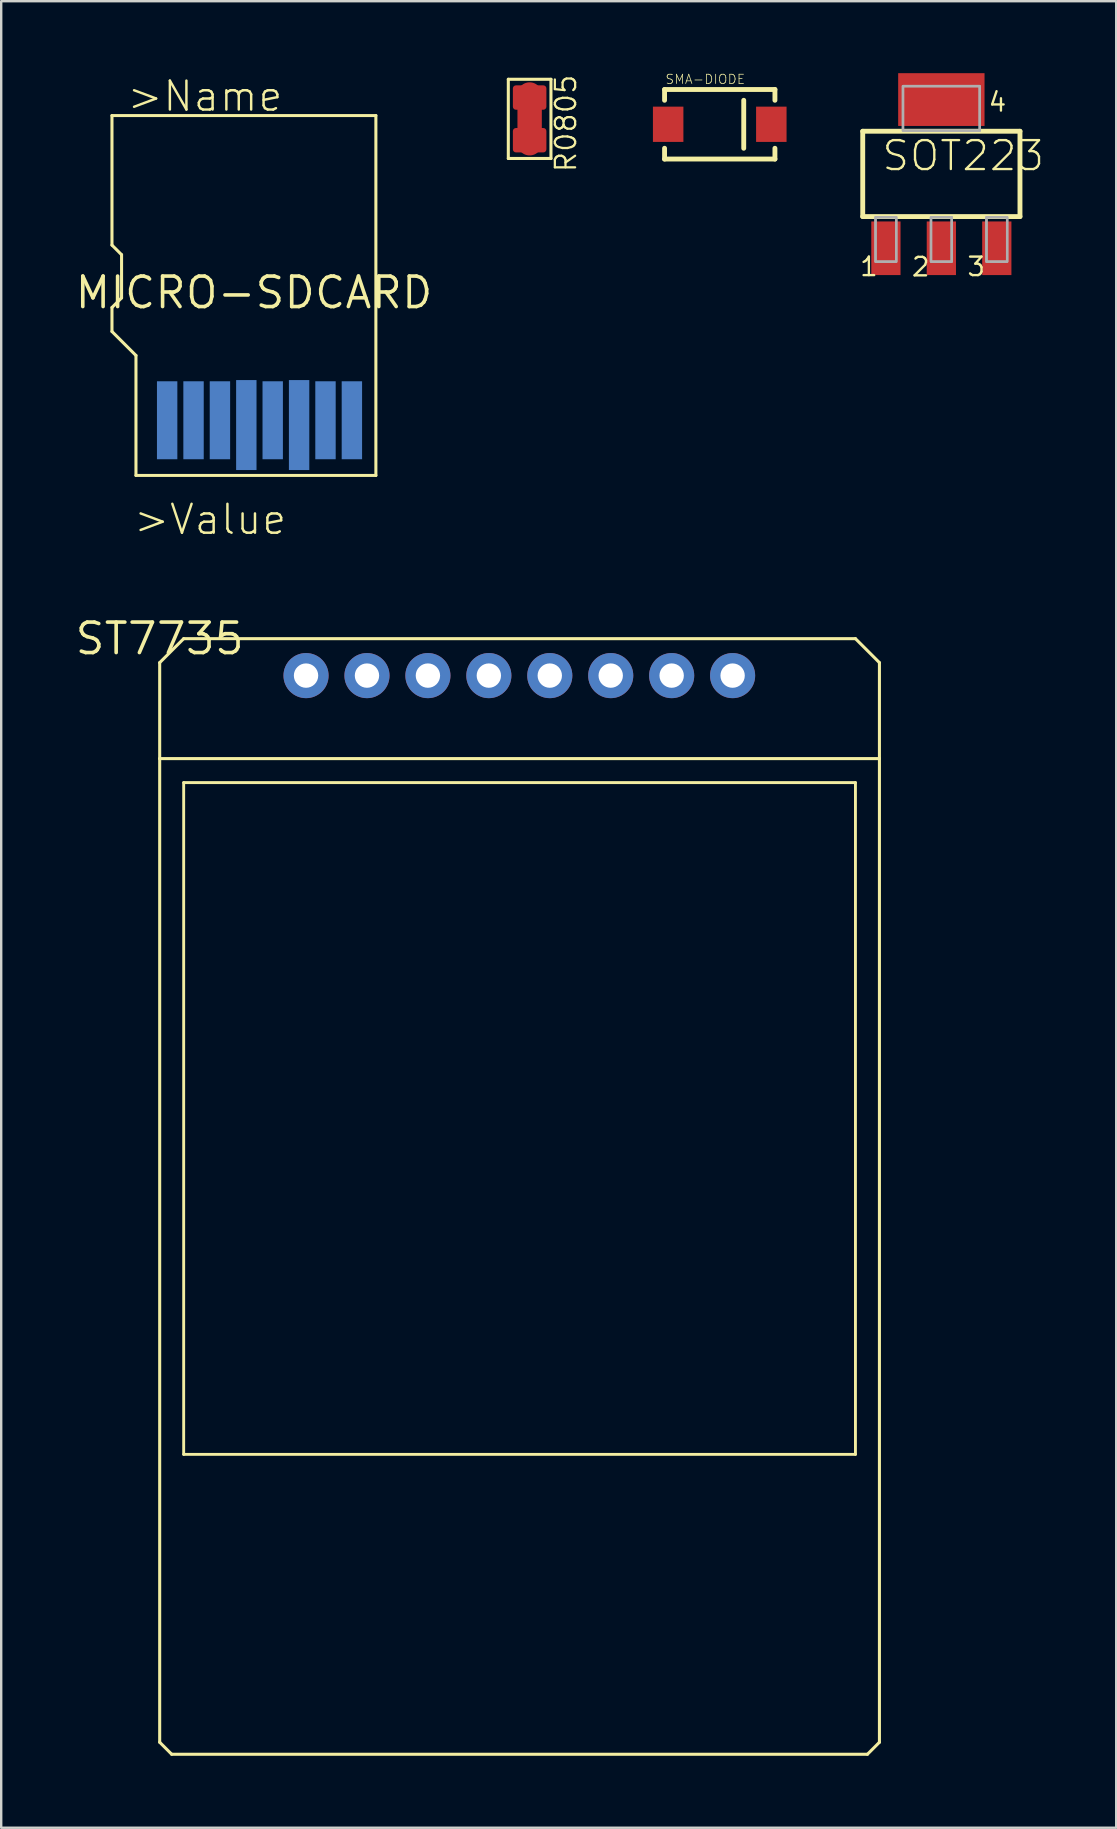
<source format=kicad_pcb>
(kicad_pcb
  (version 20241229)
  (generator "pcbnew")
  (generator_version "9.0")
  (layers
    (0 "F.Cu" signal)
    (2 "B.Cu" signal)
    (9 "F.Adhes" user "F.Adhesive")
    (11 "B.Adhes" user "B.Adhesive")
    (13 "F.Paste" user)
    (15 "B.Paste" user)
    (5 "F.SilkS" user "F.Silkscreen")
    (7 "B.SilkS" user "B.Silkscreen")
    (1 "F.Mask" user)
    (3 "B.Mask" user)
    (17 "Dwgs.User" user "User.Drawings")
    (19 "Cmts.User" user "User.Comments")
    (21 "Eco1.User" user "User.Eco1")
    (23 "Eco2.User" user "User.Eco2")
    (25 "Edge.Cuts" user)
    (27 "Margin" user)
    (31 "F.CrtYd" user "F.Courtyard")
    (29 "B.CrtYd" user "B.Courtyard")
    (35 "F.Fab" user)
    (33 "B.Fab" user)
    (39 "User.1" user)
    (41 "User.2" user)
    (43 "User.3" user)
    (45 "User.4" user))
  (footprint "SMA-DIODE"
    (layer "F.Cu")
    (at 26.95 2.13)
    (property "Reference" "SMA-DIODE" (at -2.286 -1.651 0) (layer "F.SilkS") (effects (font (size 0.386 0.386) (thickness 0.031)) (justify left bottom)))
    (attr through_hole)
    (fp_line (start -2.3 -1.45) (end 2.3 -1.45) (stroke (width 0.203) (type solid)) (layer "F.SilkS"))
    (fp_line (start -2.3 -1) (end -2.3 -1.45) (stroke (width 0.203) (type solid)) (layer "F.SilkS"))
    (fp_line (start -2.3 1.45) (end -2.3 1) (stroke (width 0.203) (type solid)) (layer "F.SilkS"))
    (fp_line (start 1 -1) (end 1 1) (stroke (width 0.203) (type solid)) (layer "F.SilkS"))
    (fp_line (start 2.3 -1.45) (end 2.3 -1) (stroke (width 0.203) (type solid)) (layer "F.SilkS"))
    (fp_line (start 2.3 1) (end 2.3 1.45) (stroke (width 0.203) (type solid)) (layer "F.SilkS"))
    (fp_line (start 2.3 1.45) (end -2.3 1.45) (stroke (width 0.203) (type solid)) (layer "F.SilkS"))
    (pad "A" smd rect (at -2.15 0 180) (size 1.27 1.47) (layers "F.Cu" "F.Mask" "F.Paste"))
    (pad "C" smd rect (at 2.15 0) (size 1.27 1.47) (layers "F.Cu" "F.Mask" "F.Paste")))
  (footprint "ST7735"
    (layer "F.Cu")
    (at 3.606 23.57)
    (property "Reference" "ST7735" (at 0 0 0) (layer "F.SilkS") (effects (font (size 1.27 1.27) (thickness 0.15))))
    (attr through_hole)
    (fp_line (start 0 1) (end 1 0) (stroke (width 0.127) (type solid)) (layer "F.SilkS"))
    (fp_line (start 0 5) (end 0 1) (stroke (width 0.127) (type solid)) (layer "F.SilkS"))
    (fp_line (start 0 5) (end 0 46) (stroke (width 0.127) (type solid)) (layer "F.SilkS"))
    (fp_line (start 0 5) (end 30 5) (stroke (width 0.127) (type solid)) (layer "F.SilkS"))
    (fp_line (start 0 46) (end 0.5 46.5) (stroke (width 0.127) (type solid)) (layer "F.SilkS"))
    (fp_line (start 1 0) (end 29 0) (stroke (width 0.127) (type solid)) (layer "F.SilkS"))
    (fp_line (start 1 6) (end 1 34) (stroke (width 0.12) (type solid)) (layer "F.SilkS"))
    (fp_line (start 1 6) (end 29 6) (stroke (width 0.12) (type solid)) (layer "F.SilkS"))
    (fp_line (start 1 34) (end 29 34) (stroke (width 0.12) (type solid)) (layer "F.SilkS"))
    (fp_line (start 29 0) (end 30 1) (stroke (width 0.127) (type solid)) (layer "F.SilkS"))
    (fp_line (start 29 6) (end 29 34) (stroke (width 0.12) (type solid)) (layer "F.SilkS"))
    (fp_line (start 29.5 46.5) (end 0.5 46.5) (stroke (width 0.127) (type solid)) (layer "F.SilkS"))
    (fp_line (start 30 1) (end 30 5) (stroke (width 0.127) (type solid)) (layer "F.SilkS"))
    (fp_line (start 30 5) (end 30 46) (stroke (width 0.127) (type solid)) (layer "F.SilkS"))
    (fp_line (start 30 46) (end 29.5 46.5) (stroke (width 0.127) (type solid)) (layer "F.SilkS"))
    (fp_poly (pts (xy 5.846 1.794) (xy 6.354 1.794) (xy 6.354 1.286) (xy 5.846 1.286)) (stroke (width 0.1) (type solid)) (fill no) (layer "F.Fab"))
    (fp_poly (pts (xy 8.386 1.794) (xy 8.894 1.794) (xy 8.894 1.286) (xy 8.386 1.286)) (stroke (width 0.1) (type solid)) (fill no) (layer "F.Fab"))
    (fp_poly (pts (xy 10.926 1.794) (xy 11.434 1.794) (xy 11.434 1.286) (xy 10.926 1.286)) (stroke (width 0.1) (type solid)) (fill no) (layer "F.Fab"))
    (fp_poly (pts (xy 13.466 1.794) (xy 13.974 1.794) (xy 13.974 1.286) (xy 13.466 1.286)) (stroke (width 0.1) (type solid)) (fill no) (layer "F.Fab"))
    (fp_poly (pts (xy 16.006 1.794) (xy 16.514 1.794) (xy 16.514 1.286) (xy 16.006 1.286)) (stroke (width 0.1) (type solid)) (fill no) (layer "F.Fab"))
    (fp_poly (pts (xy 18.546 1.794) (xy 19.054 1.794) (xy 19.054 1.286) (xy 18.546 1.286)) (stroke (width 0.1) (type solid)) (fill no) (layer "F.Fab"))
    (fp_poly (pts (xy 21.086 1.794) (xy 21.594 1.794) (xy 21.594 1.286) (xy 21.086 1.286)) (stroke (width 0.1) (type solid)) (fill no) (layer "F.Fab"))
    (fp_poly (pts (xy 23.626 1.794) (xy 24.134 1.794) (xy 24.134 1.286) (xy 23.626 1.286)) (stroke (width 0.1) (type solid)) (fill no) (layer "F.Fab"))
    (pad "1" thru_hole circle (at 6.1 1.54 90) (size 1.88 1.88) (drill 1.016) (layers "*.Cu" "*.Mask"))
    (pad "2" thru_hole circle (at 8.64 1.54 90) (size 1.88 1.88) (drill 1.016) (layers "*.Cu" "*.Mask"))
    (pad "3" thru_hole circle (at 11.18 1.54 90) (size 1.88 1.88) (drill 1.016) (layers "*.Cu" "*.Mask"))
    (pad "4" thru_hole circle (at 13.72 1.54 90) (size 1.88 1.88) (drill 1.016) (layers "*.Cu" "*.Mask"))
    (pad "5" thru_hole circle (at 16.26 1.54 90) (size 1.88 1.88) (drill 1.016) (layers "*.Cu" "*.Mask"))
    (pad "6" thru_hole circle (at 18.8 1.54 90) (size 1.88 1.88) (drill 1.016) (layers "*.Cu" "*.Mask"))
    (pad "7" thru_hole circle (at 21.34 1.54 90) (size 1.88 1.88) (drill 1.016) (layers "*.Cu" "*.Mask"))
    (pad "8" thru_hole circle (at 23.88 1.54 90) (size 1.88 1.88) (drill 1.016) (layers "*.Cu" "*.Mask")))
  (footprint "R0805"
    (layer "F.Cu")
    (at 19.026 1.905)
    (property "Reference" "R0805" (at 1.016 -1.905 90) (layer "F.SilkS") (effects (font (size 0.845 0.845) (thickness 0.093)) (justify right top)))
    (attr through_hole)
    (fp_line (start 0 -1.016) (end 0 1.016) (stroke (width 1.016) (type solid)) (layer "F.Cu"))
    (fp_line (start -0.889 -1.651) (end 0.889 -1.651) (stroke (width 0.127) (type solid)) (layer "F.SilkS"))
    (fp_line (start -0.889 1.651) (end -0.889 -1.651) (stroke (width 0.127) (type solid)) (layer "F.SilkS"))
    (fp_line (start 0.889 -1.651) (end 0.889 1.651) (stroke (width 0.127) (type solid)) (layer "F.SilkS"))
    (fp_line (start 0.889 1.651) (end -0.889 1.651) (stroke (width 0.127) (type solid)) (layer "F.SilkS"))
    (pad "1" smd roundrect (at 0 -0.889 270) (size 1.016 1.397) (layers "F.Cu" "F.Mask" "F.Paste") (roundrect_rratio 0.125))
    (pad "2" smd roundrect (at 0 0.889 270) (size 1.016 1.397) (layers "F.Cu" "F.Mask" "F.Paste") (roundrect_rratio 0.125)))
  (footprint "SOT223"
    (layer "F.Cu")
    (at 36.187 4.199)
    (property "Reference" "SOT223" (at -2.54 -0.051 0) (layer "F.SilkS") (effects (font (size 1.206 1.206) (thickness 0.097)) (justify left bottom)))
    (attr through_hole)
    (fp_line (start -3.277 -1.778) (end 3.277 -1.778) (stroke (width 0.203) (type solid)) (layer "F.SilkS"))
    (fp_line (start -3.277 1.778) (end -3.277 -1.778) (stroke (width 0.203) (type solid)) (layer "F.SilkS"))
    (fp_line (start 3.277 -1.778) (end 3.277 1.778) (stroke (width 0.203) (type solid)) (layer "F.SilkS"))
    (fp_line (start 3.277 1.778) (end -3.277 1.778) (stroke (width 0.203) (type solid)) (layer "F.SilkS"))
    (fp_poly (pts (xy -2.743 3.658) (xy -1.88 3.658) (xy -1.88 1.803) (xy -2.743 1.803)) (stroke (width 0.1) (type solid)) (fill no) (layer "F.Fab"))
    (fp_poly (pts (xy -2.743 3.658) (xy -1.88 3.658) (xy -1.88 1.803) (xy -2.743 1.803)) (stroke (width 0.1) (type solid)) (fill no) (layer "F.Fab"))
    (fp_poly (pts (xy -1.6 -1.803) (xy 1.6 -1.803) (xy 1.6 -3.658) (xy -1.6 -3.658)) (stroke (width 0.1) (type solid)) (fill no) (layer "F.Fab"))
    (fp_poly (pts (xy -1.6 -1.803) (xy 1.6 -1.803) (xy 1.6 -3.658) (xy -1.6 -3.658)) (stroke (width 0.1) (type solid)) (fill no) (layer "F.Fab"))
    (fp_poly (pts (xy -0.432 3.658) (xy 0.432 3.658) (xy 0.432 1.803) (xy -0.432 1.803)) (stroke (width 0.1) (type solid)) (fill no) (layer "F.Fab"))
    (fp_poly (pts (xy -0.432 3.658) (xy 0.432 3.658) (xy 0.432 1.803) (xy -0.432 1.803)) (stroke (width 0.1) (type solid)) (fill no) (layer "F.Fab"))
    (fp_poly (pts (xy 1.88 3.658) (xy 2.743 3.658) (xy 2.743 1.803) (xy 1.88 1.803)) (stroke (width 0.1) (type solid)) (fill no) (layer "F.Fab"))
    (fp_poly (pts (xy 1.88 3.658) (xy 2.743 3.658) (xy 2.743 1.803) (xy 1.88 1.803)) (stroke (width 0.1) (type solid)) (fill no) (layer "F.Fab"))
    (fp_text user "1" (at -3.453 4.318 0) (layer "F.SilkS") (effects (font (size 0.772 0.772) (thickness 0.098)) (justify left bottom)))
    (fp_text user "2" (at -1.291 4.327 0) (layer "F.SilkS") (effects (font (size 0.772 0.772) (thickness 0.098)) (justify left bottom)))
    (fp_text user "3" (at 1.021 4.318 0) (layer "F.SilkS") (effects (font (size 0.772 0.772) (thickness 0.098)) (justify left bottom)))
    (fp_text user "4" (at 1.905 -2.54 0) (layer "F.SilkS") (effects (font (size 0.772 0.772) (thickness 0.098)) (justify left bottom)))
    (pad "1" smd rect (at -2.311 3.099) (size 1.219 2.235) (layers "F.Cu" "F.Mask" "F.Paste"))
    (pad "2" smd rect (at 0 3.099) (size 1.219 2.235) (layers "F.Cu" "F.Mask" "F.Paste"))
    (pad "3" smd rect (at 2.311 3.099) (size 1.219 2.235) (layers "F.Cu" "F.Mask" "F.Paste"))
    (pad "4" smd rect (at 0 -3.099) (size 3.6 2.2) (layers "F.Cu" "F.Mask" "F.Paste")))
  (footprint "MICRO-SDCARD"
    (layer "F.Cu")
    (at 2.457 16.767)
    (property "Reference" "MICRO-SDCARD" (at 5.08 -7.62 0) (layer "F.SilkS") (effects (font (size 1.27 1.27) (thickness 0.15))))
    (attr through_hole)
    (fp_line (start -0.84 -15) (end -0.84 -9.6) (stroke (width 0.127) (type solid)) (layer "F.SilkS"))
    (fp_line (start -0.84 -9.6) (end -0.44 -9.2) (stroke (width 0.127) (type solid)) (layer "F.SilkS"))
    (fp_line (start -0.84 -7) (end -0.84 -6) (stroke (width 0.127) (type solid)) (layer "F.SilkS"))
    (fp_line (start -0.84 -6) (end 0.16 -5) (stroke (width 0.127) (type solid)) (layer "F.SilkS"))
    (fp_line (start -0.44 -9.2) (end -0.44 -7.4) (stroke (width 0.127) (type solid)) (layer "F.SilkS"))
    (fp_line (start -0.44 -7.4) (end -0.84 -7) (stroke (width 0.127) (type solid)) (layer "F.SilkS"))
    (fp_line (start 0.16 -5) (end 0.16 0) (stroke (width 0.127) (type solid)) (layer "F.SilkS"))
    (fp_line (start 0.16 0) (end 10.16 0) (stroke (width 0.127) (type solid)) (layer "F.SilkS"))
    (fp_line (start 10.16 -15) (end -0.84 -15) (stroke (width 0.127) (type solid)) (layer "F.SilkS"))
    (fp_line (start 10.16 0) (end 10.16 -15) (stroke (width 0.127) (type solid)) (layer "F.SilkS"))
    (fp_text user ">Name" (at 6.35 -16.51 0) (layer "F.SilkS") (effects (font (size 1.206 1.206) (thickness 0.102)) (justify right top)))
    (fp_text user ">Value" (at 0 2.54 0) (layer "F.SilkS") (effects (font (size 1.206 1.206) (thickness 0.102)) (justify left bottom)))
    (pad "1" smd rect (at 1.46 -2.3) (size 0.85 3.25) (layers "B.Cu" "B.Mask" "B.Paste"))
    (pad "2" smd rect (at 2.56 -2.3) (size 0.85 3.25) (layers "B.Cu" "B.Mask" "B.Paste"))
    (pad "3" smd rect (at 3.66 -2.3) (size 0.85 3.25) (layers "B.Cu" "B.Mask" "B.Paste"))
    (pad "4" smd rect (at 4.76 -2.1) (size 0.85 3.75) (layers "B.Cu" "B.Mask" "B.Paste"))
    (pad "5" smd rect (at 5.86 -2.3) (size 0.85 3.25) (layers "B.Cu" "B.Mask" "B.Paste"))
    (pad "6" smd rect (at 6.96 -2.1 180) (size 0.85 3.75) (layers "B.Cu" "B.Mask" "B.Paste"))
    (pad "7" smd rect (at 8.06 -2.3) (size 0.85 3.25) (layers "B.Cu" "B.Mask" "B.Paste"))
    (pad "8" smd rect (at 9.16 -2.3) (size 0.85 3.25) (layers "B.Cu" "B.Mask" "B.Paste")))
  (gr_rect
    (start -3 -3)
    (end 43.475 73.134)
    (stroke (width 0.1) (type default))
    (fill no)
    (layer "Edge.Cuts")))
</source>
